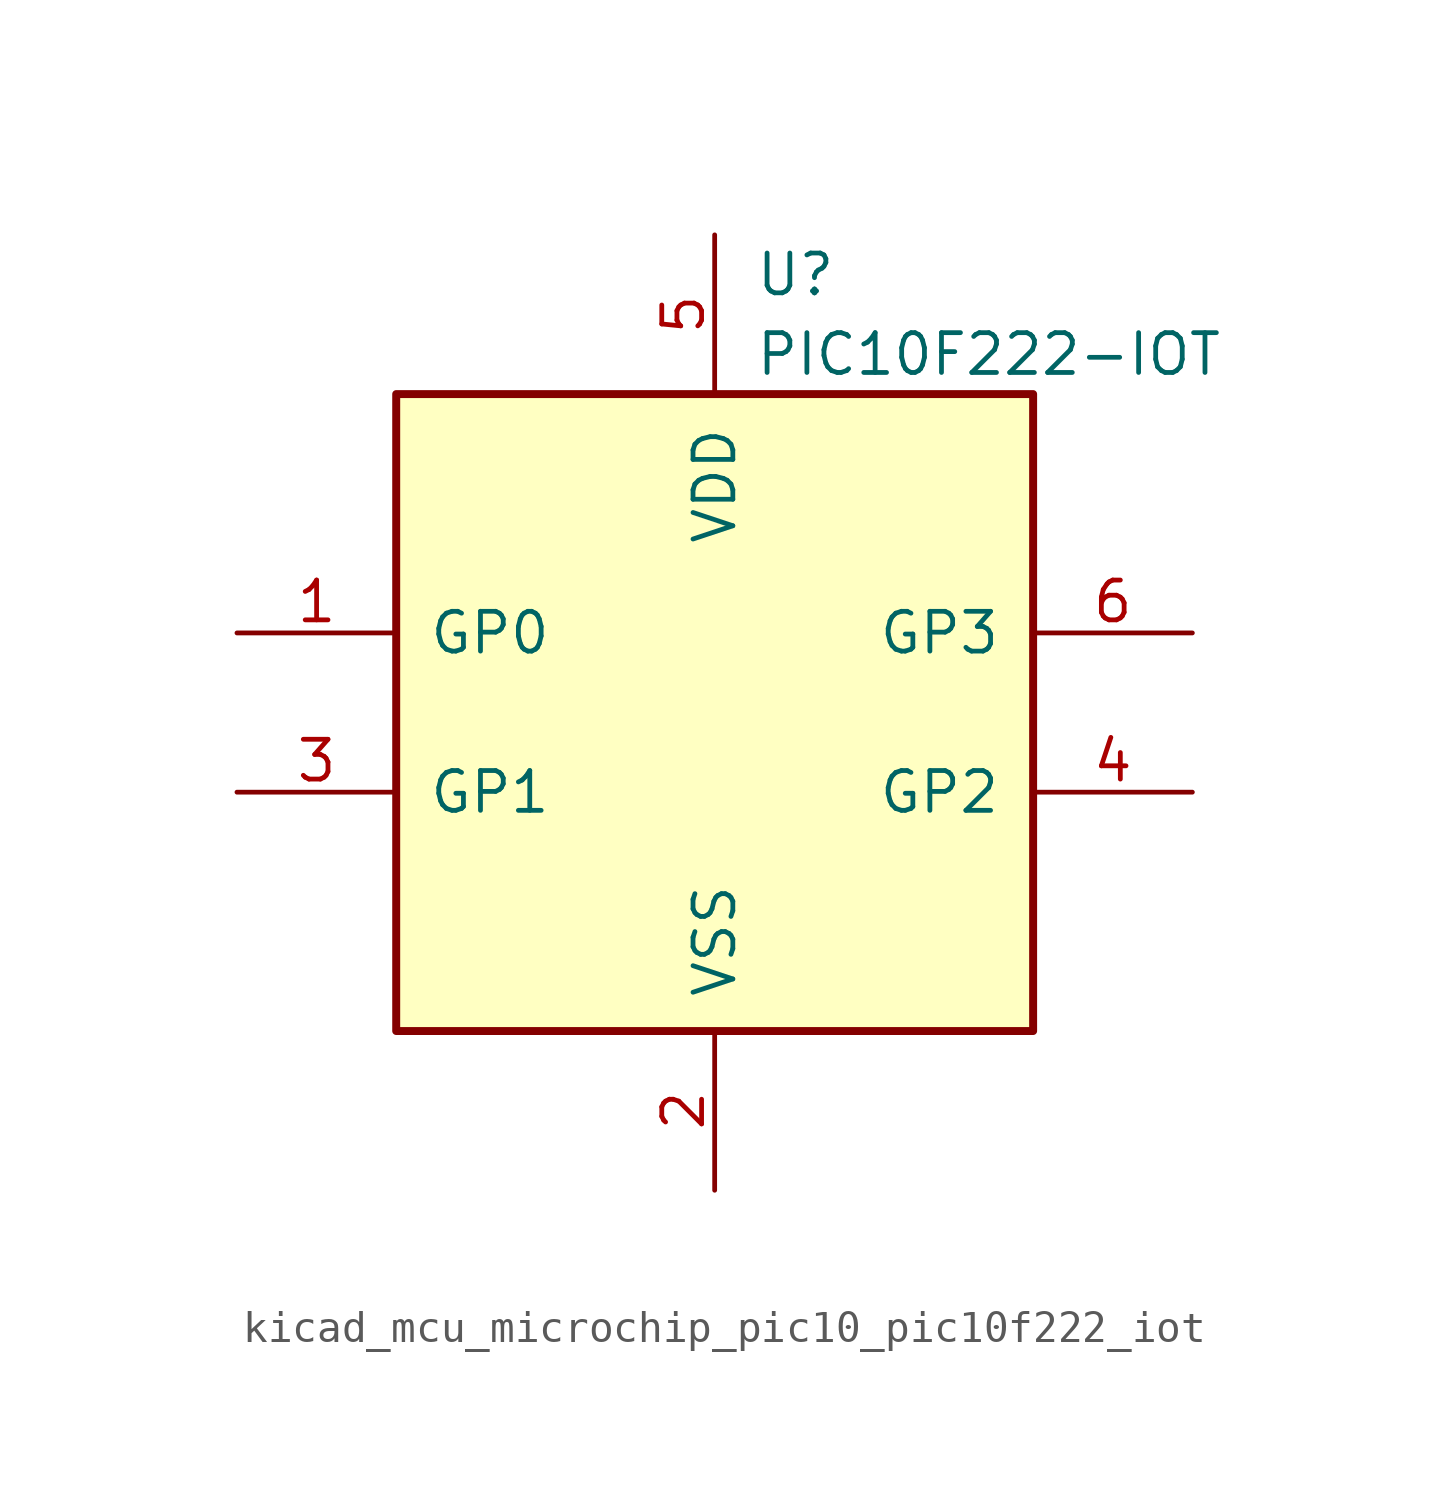
<source format=kicad_sym>
(kicad_symbol_lib
  (version 20220914)
  (generator kicad_symbol_editor)
  (symbol "kicad_mcu_microchip_pic10_pic10f222_iot"
    (pin_names
      (offset 1.016))
    (property "Reference" "U"
      (at 1.27 13.97 0)
      (effects (font (size 1.27 1.27)) (justify left)))
    (property "Value" "PIC10F222-IOT"
      (at 1.27 11.43 0)
      (effects (font (size 1.27 1.27)) (justify left)))
    (symbol "kicad_mcu_microchip_pic10_pic10f222_iot_0_1"
      (rectangle (start -10.16 10.16) (end 10.16 -10.16) (stroke (width 0.254) (type default)) (fill (type background))))
    (symbol "kicad_mcu_microchip_pic10_pic10f222_iot_1_1"
      (pin bidirectional line (at -15.24 2.54 0) (length 5.08) (name "GP0" (effects (font (size 1.27 1.27)))) (number "1" (effects (font (size 1.27 1.27)))))
      (pin power_in line (at 0 -15.24 90) (length 5.08) (name "VSS" (effects (font (size 1.27 1.27)))) (number "2" (effects (font (size 1.27 1.27)))))
      (pin bidirectional line (at -15.24 -2.54 0) (length 5.08) (name "GP1" (effects (font (size 1.27 1.27)))) (number "3" (effects (font (size 1.27 1.27)))))
      (pin bidirectional line (at 15.24 -2.54 180) (length 5.08) (name "GP2" (effects (font (size 1.27 1.27)))) (number "4" (effects (font (size 1.27 1.27)))))
      (pin power_in line (at 0 15.24 270) (length 5.08) (name "VDD" (effects (font (size 1.27 1.27)))) (number "5" (effects (font (size 1.27 1.27)))))
      (pin input line (at 15.24 2.54 180) (length 5.08) (name "GP3" (effects (font (size 1.27 1.27)))) (number "6" (effects (font (size 1.27 1.27))))))))
</source>
